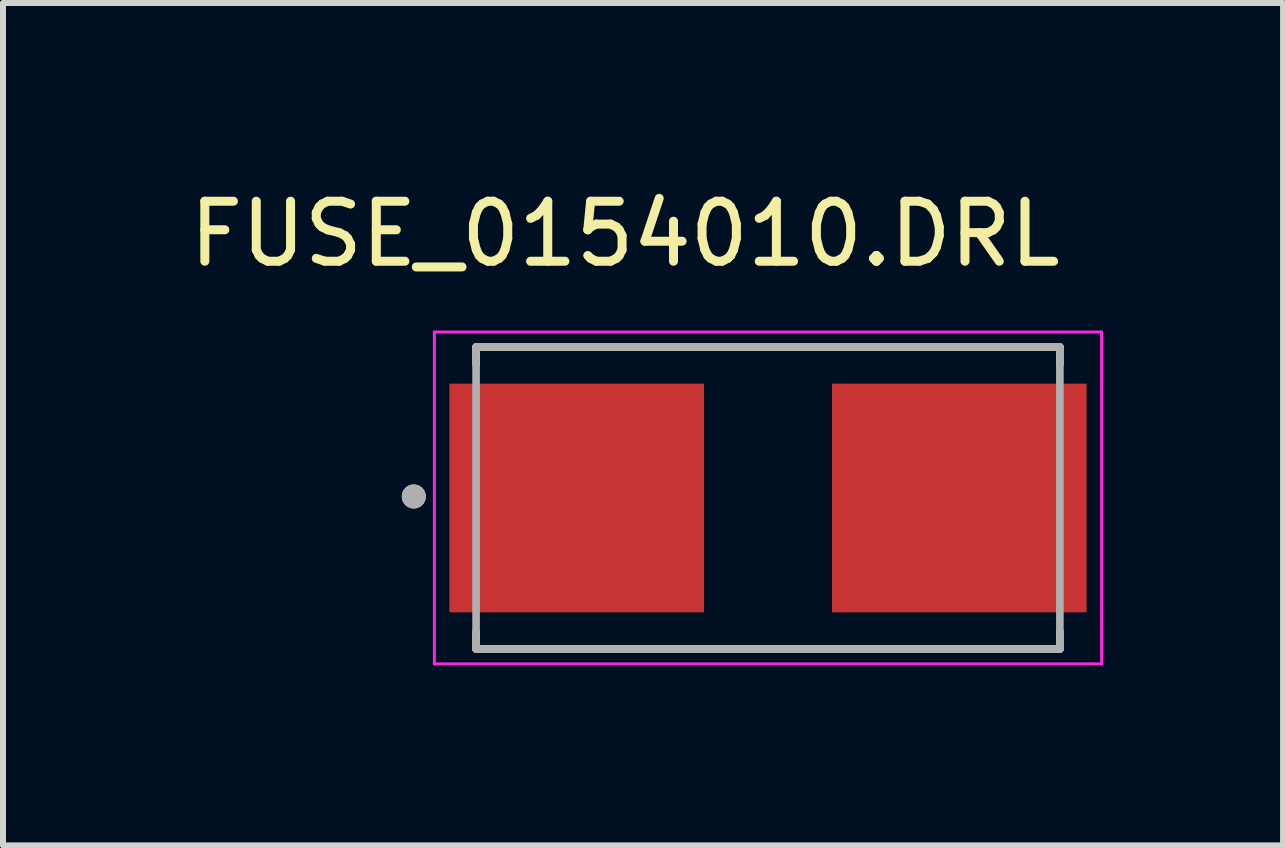
<source format=kicad_pcb>
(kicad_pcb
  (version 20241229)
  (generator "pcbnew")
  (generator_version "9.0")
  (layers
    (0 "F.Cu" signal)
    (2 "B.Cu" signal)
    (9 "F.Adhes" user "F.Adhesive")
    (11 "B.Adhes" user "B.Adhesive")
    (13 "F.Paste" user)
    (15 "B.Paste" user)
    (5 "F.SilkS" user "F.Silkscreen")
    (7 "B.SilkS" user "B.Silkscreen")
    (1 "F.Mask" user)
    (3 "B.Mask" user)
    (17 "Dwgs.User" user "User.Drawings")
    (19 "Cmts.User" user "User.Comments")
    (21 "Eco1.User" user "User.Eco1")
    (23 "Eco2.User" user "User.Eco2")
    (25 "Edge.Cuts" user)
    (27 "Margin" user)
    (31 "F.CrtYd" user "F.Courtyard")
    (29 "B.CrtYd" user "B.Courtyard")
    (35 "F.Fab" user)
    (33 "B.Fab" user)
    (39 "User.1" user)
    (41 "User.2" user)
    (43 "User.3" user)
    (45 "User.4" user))
  (footprint "FUSE_0154010.DRL"
    (layer "F.Cu")
    (at 9.747 5.248)
    (property "Reference" "FUSE_0154010.DRL" (at -2.384 -4.4 0) (layer "F.SilkS") (effects (font (size 1 1) (thickness 0.15))))
    (attr smd)
    (fp_line (start -4.864 -2.515) (end 4.864 -2.515) (stroke (width 0.127) (type solid)) (layer "F.SilkS"))
    (fp_line (start -4.864 -2.225) (end -4.864 -2.515) (stroke (width 0.127) (type solid)) (layer "F.SilkS"))
    (fp_line (start -4.864 2.515) (end -4.864 2.225) (stroke (width 0.127) (type solid)) (layer "F.SilkS"))
    (fp_line (start 4.864 -2.515) (end 4.864 -2.225) (stroke (width 0.127) (type solid)) (layer "F.SilkS"))
    (fp_line (start 4.864 2.515) (end -4.864 2.515) (stroke (width 0.127) (type solid)) (layer "F.SilkS"))
    (fp_line (start 4.864 2.515) (end 4.864 2.225) (stroke (width 0.127) (type solid)) (layer "F.SilkS"))
    (fp_circle (center -5.902 -0.025) (end -5.802 -0.025) (stroke (width 0.2) (type solid)) (fill no) (layer "F.SilkS"))
    (fp_line (start -5.559 -2.765) (end -5.559 2.765) (stroke (width 0.05) (type solid)) (layer "F.CrtYd"))
    (fp_line (start -5.559 2.765) (end 5.559 2.765) (stroke (width 0.05) (type solid)) (layer "F.CrtYd"))
    (fp_line (start 5.559 -2.765) (end -5.559 -2.765) (stroke (width 0.05) (type solid)) (layer "F.CrtYd"))
    (fp_line (start 5.559 2.765) (end 5.559 -2.765) (stroke (width 0.05) (type solid)) (layer "F.CrtYd"))
    (fp_line (start -4.864 -2.515) (end 4.864 -2.515) (stroke (width 0.127) (type solid)) (layer "F.Fab"))
    (fp_line (start -4.864 2.515) (end -4.864 -2.515) (stroke (width 0.127) (type solid)) (layer "F.Fab"))
    (fp_line (start 4.864 -2.515) (end 4.864 2.515) (stroke (width 0.127) (type solid)) (layer "F.Fab"))
    (fp_line (start 4.864 2.515) (end -4.864 2.515) (stroke (width 0.127) (type solid)) (layer "F.Fab"))
    (fp_circle (center -5.902 -0.025) (end -5.802 -0.025) (stroke (width 0.2) (type solid)) (fill no) (layer "F.Fab"))
    (pad "1" smd rect (at -3.188 0) (size 4.242 3.81) (layers "F.Cu" "F.Mask" "F.Paste"))
    (pad "2" smd rect (at 3.188 0) (size 4.242 3.81) (layers "F.Cu" "F.Mask" "F.Paste")))
  (gr_rect
    (start -3 -3)
    (end 18.33 11.037)
    (stroke (width 0.1) (type default))
    (fill no)
    (layer "Edge.Cuts")))
</source>
